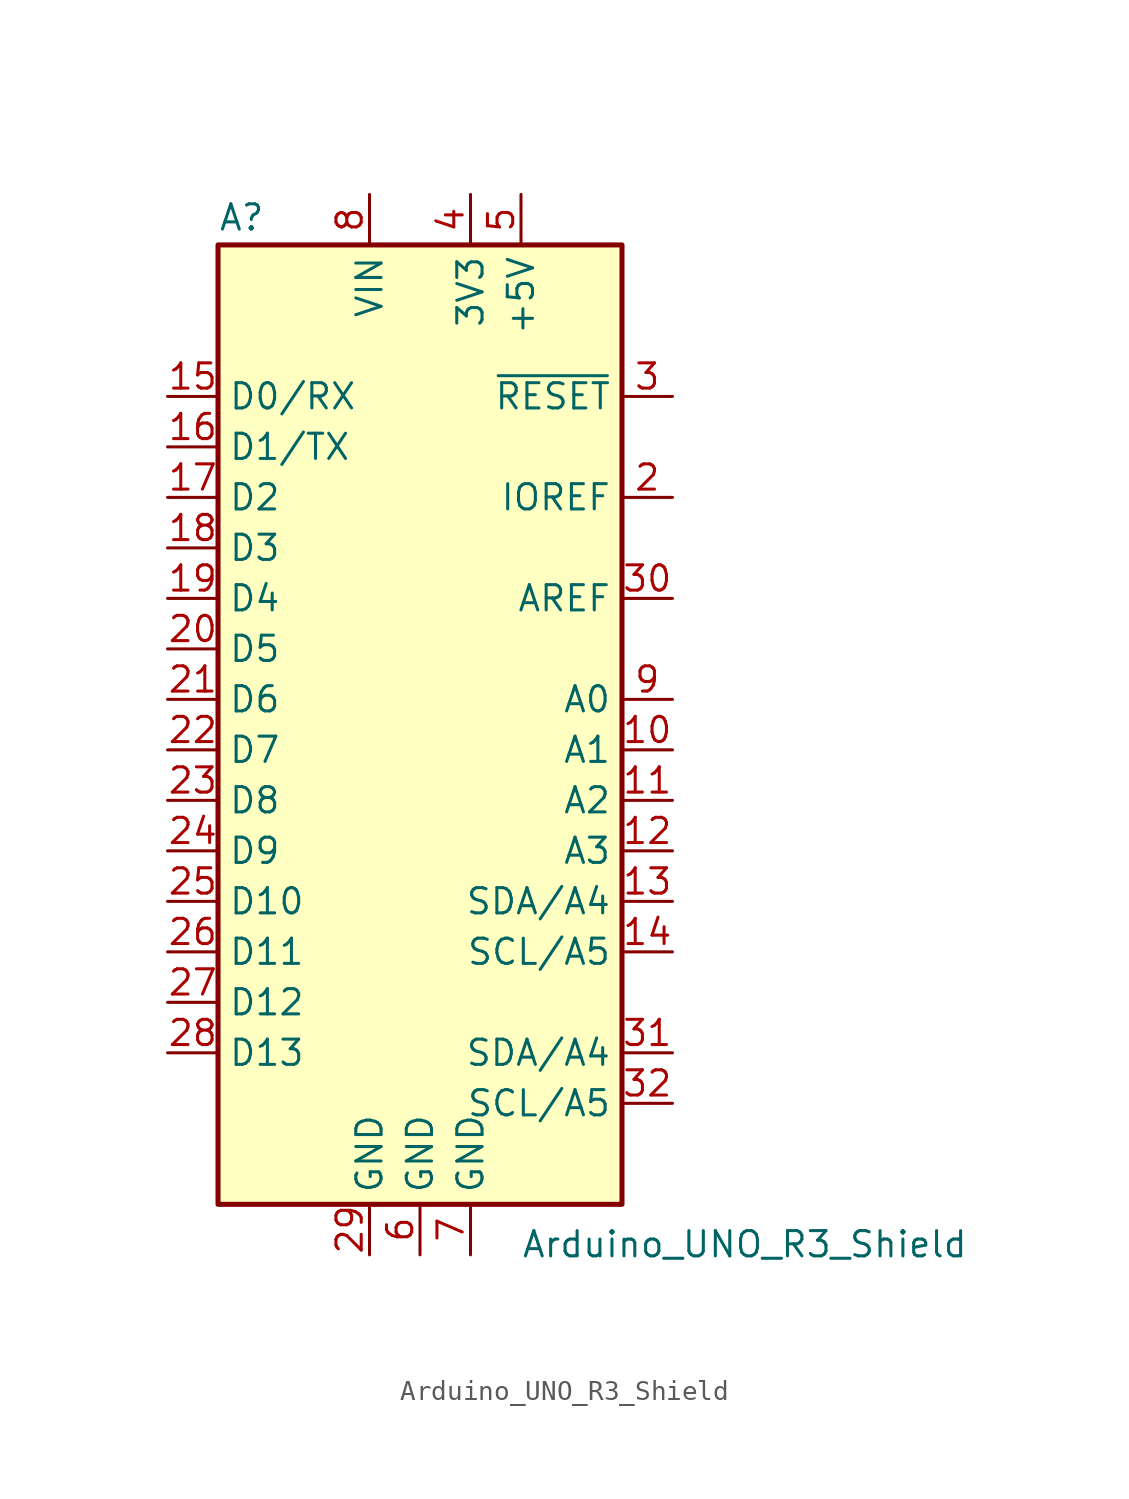
<source format=kicad_sym>
(kicad_symbol_lib
  (version 20220914)
  (generator kicad_symbol_editor)
  (symbol "Arduino_UNO_R3_Shield"
    (property "Reference" "A"
      (at -10.16 23.495 0)
      (effects (font (size 1.27 1.27)) (justify left bottom)))
    (property "Value" "Arduino_UNO_R3_Shield"
      (at 5.08 -26.67 0)
      (effects (font (size 1.27 1.27)) (justify left top)))
    (symbol "Arduino_UNO_R3_Shield_0_1"
      (rectangle (start -10.16 22.86) (end 10.16 -25.4) (stroke (width 0.254) (type solid)) (fill (type background))))
    (symbol "Arduino_UNO_R3_Shield_1_1"
      (pin no_connect line (at -10.16 -20.32 0) (length 2.54) hide (name "NC" (effects (font (size 1.27 1.27)))) (number "1" (effects (font (size 1.27 1.27)))))
      (pin bidirectional line (at 12.7 -2.54 180) (length 2.54) (name "A1" (effects (font (size 1.27 1.27)))) (number "10" (effects (font (size 1.27 1.27)))))
      (pin bidirectional line (at 12.7 -5.08 180) (length 2.54) (name "A2" (effects (font (size 1.27 1.27)))) (number "11" (effects (font (size 1.27 1.27)))))
      (pin bidirectional line (at 12.7 -7.62 180) (length 2.54) (name "A3" (effects (font (size 1.27 1.27)))) (number "12" (effects (font (size 1.27 1.27)))))
      (pin bidirectional line (at 12.7 -10.16 180) (length 2.54) (name "SDA/A4" (effects (font (size 1.27 1.27)))) (number "13" (effects (font (size 1.27 1.27)))))
      (pin bidirectional line (at 12.7 -12.7 180) (length 2.54) (name "SCL/A5" (effects (font (size 1.27 1.27)))) (number "14" (effects (font (size 1.27 1.27)))))
      (pin bidirectional line (at -12.7 15.24 0) (length 2.54) (name "D0/RX" (effects (font (size 1.27 1.27)))) (number "15" (effects (font (size 1.27 1.27)))))
      (pin bidirectional line (at -12.7 12.7 0) (length 2.54) (name "D1/TX" (effects (font (size 1.27 1.27)))) (number "16" (effects (font (size 1.27 1.27)))))
      (pin bidirectional line (at -12.7 10.16 0) (length 2.54) (name "D2" (effects (font (size 1.27 1.27)))) (number "17" (effects (font (size 1.27 1.27)))))
      (pin bidirectional line (at -12.7 7.62 0) (length 2.54) (name "D3" (effects (font (size 1.27 1.27)))) (number "18" (effects (font (size 1.27 1.27)))))
      (pin bidirectional line (at -12.7 5.08 0) (length 2.54) (name "D4" (effects (font (size 1.27 1.27)))) (number "19" (effects (font (size 1.27 1.27)))))
      (pin output line (at 12.7 10.16 180) (length 2.54) (name "IOREF" (effects (font (size 1.27 1.27)))) (number "2" (effects (font (size 1.27 1.27)))))
      (pin bidirectional line (at -12.7 2.54 0) (length 2.54) (name "D5" (effects (font (size 1.27 1.27)))) (number "20" (effects (font (size 1.27 1.27)))))
      (pin bidirectional line (at -12.7 0 0) (length 2.54) (name "D6" (effects (font (size 1.27 1.27)))) (number "21" (effects (font (size 1.27 1.27)))))
      (pin bidirectional line (at -12.7 -2.54 0) (length 2.54) (name "D7" (effects (font (size 1.27 1.27)))) (number "22" (effects (font (size 1.27 1.27)))))
      (pin bidirectional line (at -12.7 -5.08 0) (length 2.54) (name "D8" (effects (font (size 1.27 1.27)))) (number "23" (effects (font (size 1.27 1.27)))))
      (pin bidirectional line (at -12.7 -7.62 0) (length 2.54) (name "D9" (effects (font (size 1.27 1.27)))) (number "24" (effects (font (size 1.27 1.27)))))
      (pin bidirectional line (at -12.7 -10.16 0) (length 2.54) (name "D10" (effects (font (size 1.27 1.27)))) (number "25" (effects (font (size 1.27 1.27)))))
      (pin bidirectional line (at -12.7 -12.7 0) (length 2.54) (name "D11" (effects (font (size 1.27 1.27)))) (number "26" (effects (font (size 1.27 1.27)))))
      (pin bidirectional line (at -12.7 -15.24 0) (length 2.54) (name "D12" (effects (font (size 1.27 1.27)))) (number "27" (effects (font (size 1.27 1.27)))))
      (pin bidirectional line (at -12.7 -17.78 0) (length 2.54) (name "D13" (effects (font (size 1.27 1.27)))) (number "28" (effects (font (size 1.27 1.27)))))
      (pin power_in line (at -2.54 -27.94 90) (length 2.54) (name "GND" (effects (font (size 1.27 1.27)))) (number "29" (effects (font (size 1.27 1.27)))))
      (pin input line (at 12.7 15.24 180) (length 2.54) (name "~{RESET}" (effects (font (size 1.27 1.27)))) (number "3" (effects (font (size 1.27 1.27)))))
      (pin input line (at 12.7 5.08 180) (length 2.54) (name "AREF" (effects (font (size 1.27 1.27)))) (number "30" (effects (font (size 1.27 1.27)))))
      (pin bidirectional line (at 12.7 -17.78 180) (length 2.54) (name "SDA/A4" (effects (font (size 1.27 1.27)))) (number "31" (effects (font (size 1.27 1.27)))))
      (pin bidirectional line (at 12.7 -20.32 180) (length 2.54) (name "SCL/A5" (effects (font (size 1.27 1.27)))) (number "32" (effects (font (size 1.27 1.27)))))
      (pin power_out line (at 2.54 25.4 270) (length 2.54) (name "3V3" (effects (font (size 1.27 1.27)))) (number "4" (effects (font (size 1.27 1.27)))))
      (pin power_out line (at 5.08 25.4 270) (length 2.54) (name "+5V" (effects (font (size 1.27 1.27)))) (number "5" (effects (font (size 1.27 1.27)))))
      (pin power_in line (at 0 -27.94 90) (length 2.54) (name "GND" (effects (font (size 1.27 1.27)))) (number "6" (effects (font (size 1.27 1.27)))))
      (pin power_in line (at 2.54 -27.94 90) (length 2.54) (name "GND" (effects (font (size 1.27 1.27)))) (number "7" (effects (font (size 1.27 1.27)))))
      (pin power_in line (at -2.54 25.4 270) (length 2.54) (name "VIN" (effects (font (size 1.27 1.27)))) (number "8" (effects (font (size 1.27 1.27)))))
      (pin bidirectional line (at 12.7 0 180) (length 2.54) (name "A0" (effects (font (size 1.27 1.27)))) (number "9" (effects (font (size 1.27 1.27))))))))
</source>
